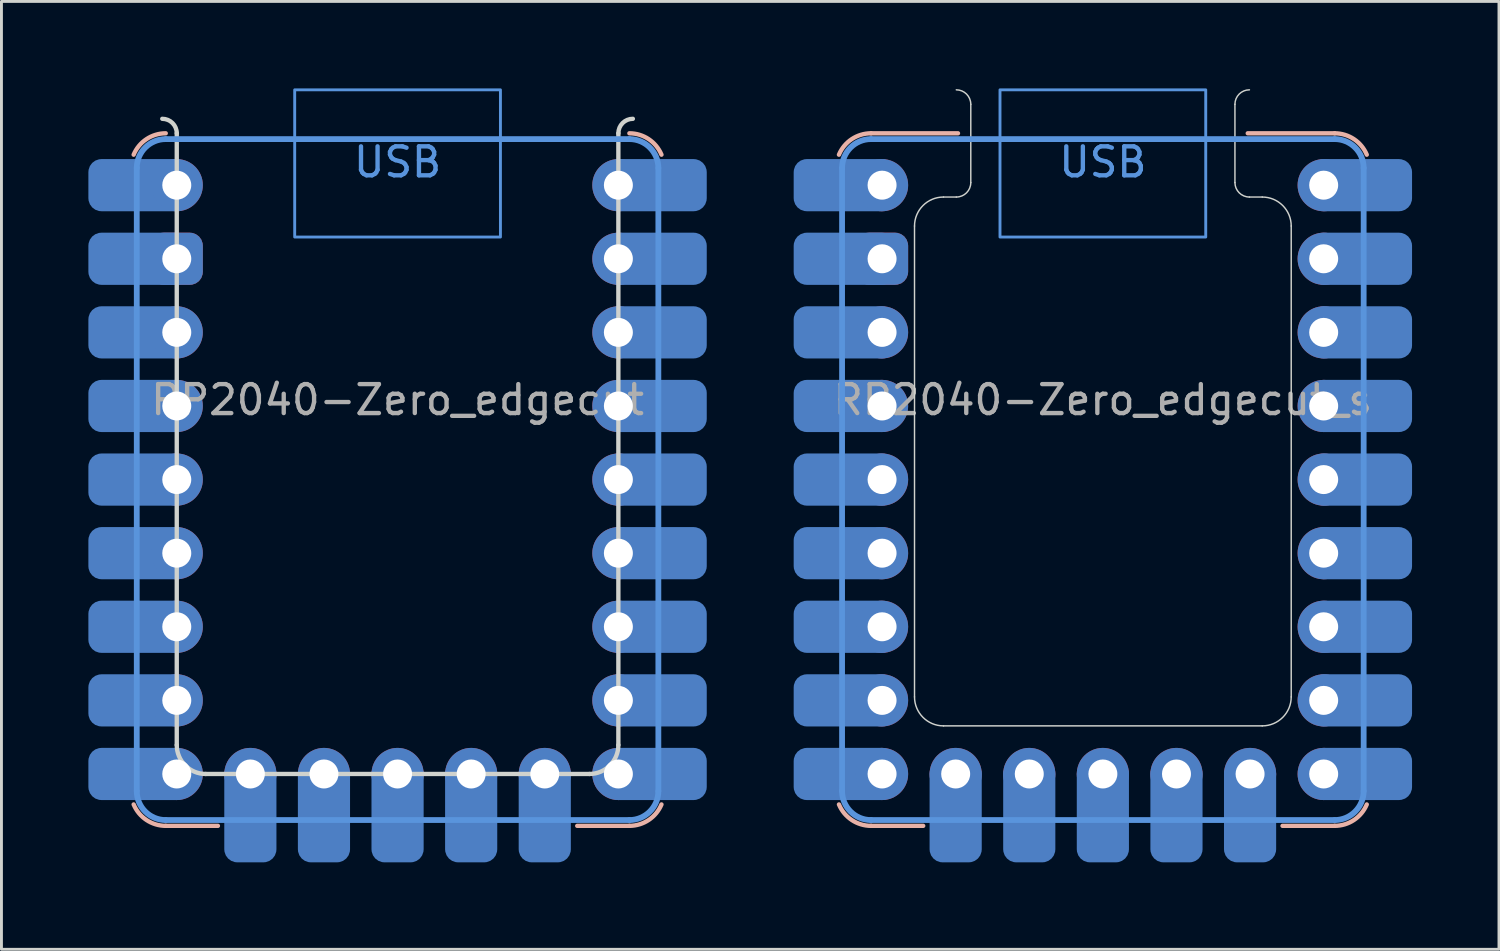
<source format=kicad_pcb>
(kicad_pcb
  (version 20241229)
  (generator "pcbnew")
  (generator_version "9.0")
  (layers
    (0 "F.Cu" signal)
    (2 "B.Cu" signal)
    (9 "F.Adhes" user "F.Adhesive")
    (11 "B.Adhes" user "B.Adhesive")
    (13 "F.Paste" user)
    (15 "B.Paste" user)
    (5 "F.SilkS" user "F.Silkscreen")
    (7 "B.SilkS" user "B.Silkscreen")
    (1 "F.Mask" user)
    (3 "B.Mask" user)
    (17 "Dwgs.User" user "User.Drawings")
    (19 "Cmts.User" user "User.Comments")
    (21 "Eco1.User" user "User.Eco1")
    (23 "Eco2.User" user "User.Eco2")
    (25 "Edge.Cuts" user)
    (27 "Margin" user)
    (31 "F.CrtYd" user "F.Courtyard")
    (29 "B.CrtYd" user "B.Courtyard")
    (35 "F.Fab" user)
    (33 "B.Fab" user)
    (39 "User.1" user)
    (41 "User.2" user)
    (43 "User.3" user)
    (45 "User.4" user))
  (footprint "RP2040-Zero_edgecut"
    (layer "F.Cu")
    (at 10.67 13.5)
    (property "Reference" "RP2040-Zero_edgecut" (at 0 -2.75 0) (unlocked yes) (layer "F.Fab") (effects (font (size 1 1) (thickness 0.15))))
    (attr through_hole)
    (fp_line (start -8 11.95) (end -6.2 11.95) (stroke (width 0.15) (type default)) (layer "B.SilkS"))
    (fp_line (start 8 11.95) (end 6.2 11.95) (stroke (width 0.15) (type default)) (layer "B.SilkS"))
    (fp_arc (start -9.107693 -11.211539) (mid -8.665641 -11.748461) (end -8.000001 -11.950001) (stroke (width 0.15) (type default)) (layer "B.SilkS"))
    (fp_arc (start -8.000001 11.950001) (mid -8.665641 11.748461) (end -9.107693 11.211539) (stroke (width 0.15) (type default)) (layer "B.SilkS"))
    (fp_arc (start 8.000001 -11.950001) (mid 8.665641 -11.748461) (end 9.107693 -11.211539) (stroke (width 0.15) (type default)) (layer "B.SilkS"))
    (fp_arc (start 9.107693 11.211539) (mid 8.665641 11.748461) (end 8.000001 11.950001) (stroke (width 0.15) (type default)) (layer "B.SilkS"))
    (fp_line (start -9 10.75) (end -9 -10.75) (stroke (width 0.2) (type default)) (layer "Cmts.User"))
    (fp_line (start -8 -11.75) (end 8 -11.75) (stroke (width 0.2) (type default)) (layer "Cmts.User"))
    (fp_line (start 8 11.75) (end -8 11.75) (stroke (width 0.2) (type default)) (layer "Cmts.User"))
    (fp_line (start 9 -10.75) (end 9 10.75) (stroke (width 0.2) (type default)) (layer "Cmts.User"))
    (fp_rect (start -3.55 -13.45) (end 3.55 -8.37) (stroke (width 0.1) (type default)) (fill no) (layer "Cmts.User"))
    (fp_arc (start -9 -10.75) (mid -8.707107 -11.457107) (end -8 -11.75) (stroke (width 0.2) (type default)) (layer "Cmts.User"))
    (fp_arc (start -8 11.75) (mid -8.707107 11.457107) (end -9 10.75) (stroke (width 0.2) (type default)) (layer "Cmts.User"))
    (fp_arc (start 8 -11.75) (mid 8.707107 -11.457107) (end 9 -10.75) (stroke (width 0.2) (type default)) (layer "Cmts.User"))
    (fp_arc (start 9 10.75) (mid 8.707107 11.457107) (end 8 11.75) (stroke (width 0.2) (type default)) (layer "Cmts.User"))
    (fp_line (start -7.62 9.16) (end -7.62 -11.95) (stroke (width 0.15) (type default)) (layer "Edge.Cuts"))
    (fp_line (start 6.62 10.16) (end -6.62 10.16) (stroke (width 0.15) (type default)) (layer "Edge.Cuts"))
    (fp_line (start 7.62 -11.95) (end 7.62 9.16) (stroke (width 0.15) (type default)) (layer "Edge.Cuts"))
    (fp_arc (start -8.119768 -12.450053) (mid -7.766216 -12.303604) (end -7.619768 -11.950053) (stroke (width 0.15) (type default)) (layer "Edge.Cuts"))
    (fp_arc (start -6.62 10.16) (mid -7.327107 9.867107) (end -7.62 9.16) (stroke (width 0.15) (type default)) (layer "Edge.Cuts"))
    (fp_arc (start 7.619768 -11.950053) (mid 7.766218 -12.303602) (end 8.119768 -12.450053) (stroke (width 0.15) (type default)) (layer "Edge.Cuts"))
    (fp_arc (start 7.62 9.16) (mid 7.327107 9.867107) (end 6.62 10.16) (stroke (width 0.15) (type default)) (layer "Edge.Cuts"))
    (fp_text user "USB" (at 0 -10.37 0) (layer "Cmts.User") (effects (font (size 1 1) (thickness 0.15)) (justify bottom)))
    (pad "1" smd roundrect (at -8.92 -10.16) (size 3.5 1.8) (layers "B.Cu" "B.Mask") (roundrect_rratio 0.25))
    (pad "1" thru_hole circle (at -7.62 -10.16) (size 1.8 1.8) (drill 1) (layers "*.Cu" "*.Mask"))
    (pad "2" smd roundrect (at -8.92 -7.62) (size 3.5 1.8) (layers "B.Cu" "B.Mask") (roundrect_rratio 0.25))
    (pad "2" thru_hole roundrect (at -7.62 -7.62) (size 1.8 1.8) (drill 1) (layers "*.Cu" "*.Mask") (roundrect_rratio 0.25))
    (pad "3" smd roundrect (at -8.92 -5.08) (size 3.5 1.8) (layers "B.Cu" "B.Mask") (roundrect_rratio 0.25))
    (pad "3" thru_hole circle (at -7.62 -5.08) (size 1.8 1.8) (drill 1) (layers "*.Cu" "*.Mask"))
    (pad "4" smd roundrect (at -8.92 -2.54) (size 3.5 1.8) (layers "B.Cu" "B.Mask") (roundrect_rratio 0.25))
    (pad "4" thru_hole circle (at -7.62 -2.54) (size 1.8 1.8) (drill 1) (layers "*.Cu" "*.Mask"))
    (pad "5" smd roundrect (at -8.92 0) (size 3.5 1.8) (layers "B.Cu" "B.Mask") (roundrect_rratio 0.25))
    (pad "5" thru_hole circle (at -7.62 0) (size 1.8 1.8) (drill 1) (layers "*.Cu" "*.Mask"))
    (pad "6" smd roundrect (at -8.92 2.54) (size 3.5 1.8) (layers "B.Cu" "B.Mask") (roundrect_rratio 0.25))
    (pad "6" thru_hole circle (at -7.62 2.54) (size 1.8 1.8) (drill 1) (layers "*.Cu" "*.Mask"))
    (pad "7" smd roundrect (at -8.92 5.08) (size 3.5 1.8) (layers "B.Cu" "B.Mask") (roundrect_rratio 0.25))
    (pad "7" thru_hole circle (at -7.62 5.08) (size 1.8 1.8) (drill 1) (layers "*.Cu" "*.Mask"))
    (pad "8" smd roundrect (at -8.92 7.62) (size 3.5 1.8) (layers "B.Cu" "B.Mask") (roundrect_rratio 0.25))
    (pad "8" thru_hole circle (at -7.62 7.62) (size 1.8 1.8) (drill 1) (layers "*.Cu" "*.Mask"))
    (pad "9" smd roundrect (at -8.92 10.16) (size 3.5 1.8) (layers "B.Cu" "B.Mask") (roundrect_rratio 0.25))
    (pad "9" thru_hole circle (at -7.62 10.16) (size 1.8 1.8) (drill 1) (layers "*.Cu" "*.Mask"))
    (pad "10" thru_hole circle (at 7.62 -10.16 180) (size 1.8 1.8) (drill 1) (layers "*.Cu" "*.Mask"))
    (pad "10" smd roundrect (at 8.92 -10.16 180) (size 3.5 1.8) (layers "B.Cu" "B.Mask") (roundrect_rratio 0.25))
    (pad "11" thru_hole circle (at 7.62 -7.62 180) (size 1.8 1.8) (drill 1) (layers "*.Cu" "*.Mask"))
    (pad "11" smd roundrect (at 8.92 -7.62 180) (size 3.5 1.8) (layers "B.Cu" "B.Mask") (roundrect_rratio 0.25))
    (pad "12" thru_hole circle (at 7.62 -5.08 180) (size 1.8 1.8) (drill 1) (layers "*.Cu" "*.Mask"))
    (pad "12" smd roundrect (at 8.92 -5.08 180) (size 3.5 1.8) (layers "B.Cu" "B.Mask") (roundrect_rratio 0.25))
    (pad "13" thru_hole circle (at 7.62 -2.54) (size 1.8 1.8) (drill 1) (layers "*.Cu" "*.Mask"))
    (pad "13" smd roundrect (at 8.92 -2.54) (size 3.5 1.8) (layers "B.Cu" "B.Mask") (roundrect_rratio 0.25))
    (pad "14" thru_hole circle (at 7.62 0) (size 1.8 1.8) (drill 1) (layers "*.Cu" "*.Mask"))
    (pad "14" smd roundrect (at 8.92 0) (size 3.5 1.8) (layers "B.Cu" "B.Mask") (roundrect_rratio 0.25))
    (pad "15" thru_hole circle (at 7.62 2.54) (size 1.8 1.8) (drill 1) (layers "*.Cu" "*.Mask"))
    (pad "15" smd roundrect (at 8.92 2.54) (size 3.5 1.8) (layers "B.Cu" "B.Mask") (roundrect_rratio 0.25))
    (pad "16" thru_hole circle (at 7.62 5.08) (size 1.8 1.8) (drill 1) (layers "*.Cu" "*.Mask"))
    (pad "16" smd roundrect (at 8.92 5.08) (size 3.5 1.8) (layers "B.Cu" "B.Mask") (roundrect_rratio 0.25))
    (pad "17" thru_hole circle (at 7.62 7.62) (size 1.8 1.8) (drill 1) (layers "*.Cu" "*.Mask"))
    (pad "17" smd roundrect (at 8.92 7.62) (size 3.5 1.8) (layers "B.Cu" "B.Mask") (roundrect_rratio 0.25))
    (pad "18" thru_hole circle (at 7.62 10.16) (size 1.8 1.8) (drill 1) (layers "*.Cu" "*.Mask"))
    (pad "18" smd roundrect (at 8.92 10.16) (size 3.5 1.8) (layers "B.Cu" "B.Mask") (roundrect_rratio 0.25))
    (pad "19" thru_hole circle (at -5.08 10.16 270) (size 1.8 1.8) (drill 1) (layers "*.Cu" "*.Mask"))
    (pad "19" smd roundrect (at -5.08 11.46 270) (size 3.5 1.8) (layers "B.Cu" "B.Mask") (roundrect_rratio 0.25))
    (pad "20" thru_hole circle (at -2.54 10.16 270) (size 1.8 1.8) (drill 1) (layers "*.Cu" "*.Mask"))
    (pad "20" smd roundrect (at -2.54 11.46 270) (size 3.5 1.8) (layers "B.Cu" "B.Mask") (roundrect_rratio 0.25))
    (pad "21" thru_hole circle (at 0 10.16 270) (size 1.8 1.8) (drill 1) (layers "*.Cu" "*.Mask"))
    (pad "21" smd roundrect (at 0 11.46 270) (size 3.5 1.8) (layers "B.Cu" "B.Mask") (roundrect_rratio 0.25))
    (pad "22" thru_hole circle (at 2.54 10.16 270) (size 1.8 1.8) (drill 1) (layers "*.Cu" "*.Mask"))
    (pad "22" smd roundrect (at 2.54 11.46 270) (size 3.5 1.8) (layers "B.Cu" "B.Mask") (roundrect_rratio 0.25))
    (pad "23" thru_hole circle (at 5.08 10.16 270) (size 1.8 1.8) (drill 1) (layers "*.Cu" "*.Mask"))
    (pad "23" smd roundrect (at 5.08 11.46 270) (size 3.5 1.8) (layers "B.Cu" "B.Mask") (roundrect_rratio 0.25)))
  (footprint "RP2040-Zero_edgecut_s"
    (layer "F.Cu")
    (at 35.01 13.5)
    (property "Reference" "RP2040-Zero_edgecut_s" (at 0 -2.75 0) (unlocked yes) (layer "F.Fab") (effects (font (size 1 1) (thickness 0.15))))
    (attr through_hole)
    (fp_line (start -8 11.95) (end -6.2 11.95) (stroke (width 0.15) (type default)) (layer "B.SilkS"))
    (fp_line (start -5 -11.95) (end -8 -11.95) (stroke (width 0.15) (type default)) (layer "B.SilkS"))
    (fp_line (start 8 -11.95) (end 5 -11.95) (stroke (width 0.15) (type default)) (layer "B.SilkS"))
    (fp_line (start 8 11.95) (end 6.2 11.95) (stroke (width 0.15) (type default)) (layer "B.SilkS"))
    (fp_arc (start -9.107693 -11.211539) (mid -8.665641 -11.748461) (end -8.000001 -11.950001) (stroke (width 0.15) (type default)) (layer "B.SilkS"))
    (fp_arc (start -8.000001 11.950001) (mid -8.665641 11.748461) (end -9.107693 11.211539) (stroke (width 0.15) (type default)) (layer "B.SilkS"))
    (fp_arc (start 8.000001 -11.950001) (mid 8.665641 -11.748461) (end 9.107693 -11.211539) (stroke (width 0.15) (type default)) (layer "B.SilkS"))
    (fp_arc (start 9.107693 11.211539) (mid 8.665641 11.748461) (end 8.000001 11.950001) (stroke (width 0.15) (type default)) (layer "B.SilkS"))
    (fp_line (start -9 10.75) (end -9 -10.75) (stroke (width 0.2) (type default)) (layer "Cmts.User"))
    (fp_line (start -8 -11.75) (end 8 -11.75) (stroke (width 0.2) (type default)) (layer "Cmts.User"))
    (fp_line (start 8 11.75) (end -8 11.75) (stroke (width 0.2) (type default)) (layer "Cmts.User"))
    (fp_line (start 9 -10.75) (end 9 10.75) (stroke (width 0.2) (type default)) (layer "Cmts.User"))
    (fp_rect (start -3.55 -13.45) (end 3.55 -8.37) (stroke (width 0.1) (type default)) (fill no) (layer "Cmts.User"))
    (fp_arc (start -9 -10.75) (mid -8.707107 -11.457107) (end -8 -11.75) (stroke (width 0.2) (type default)) (layer "Cmts.User"))
    (fp_arc (start -8 11.75) (mid -8.707107 11.457107) (end -9 10.75) (stroke (width 0.2) (type default)) (layer "Cmts.User"))
    (fp_arc (start 8 -11.75) (mid 8.707107 -11.457107) (end 9 -10.75) (stroke (width 0.2) (type default)) (layer "Cmts.User"))
    (fp_arc (start 9 10.75) (mid 8.707107 11.457107) (end 8 11.75) (stroke (width 0.2) (type default)) (layer "Cmts.User"))
    (fp_line (start -6.5 7.5) (end -6.5 -8.75) (stroke (width 0.05) (type default)) (layer "Edge.Cuts"))
    (fp_line (start -5.5 -9.75) (end -5.058 -9.75) (stroke (width 0.05) (type default)) (layer "Edge.Cuts"))
    (fp_line (start -4.558 -10.25) (end -4.558 -12.95) (stroke (width 0.05) (type default)) (layer "Edge.Cuts"))
    (fp_line (start 4.558 -10.25) (end 4.558 -12.95) (stroke (width 0.05) (type default)) (layer "Edge.Cuts"))
    (fp_line (start 5.5 8.5) (end -5.5 8.5) (stroke (width 0.05) (type default)) (layer "Edge.Cuts"))
    (fp_line (start 5.5 -9.75) (end 5.058 -9.75) (stroke (width 0.05) (type default)) (layer "Edge.Cuts"))
    (fp_line (start 6.5 -8.75) (end 6.5 7.5) (stroke (width 0.05) (type default)) (layer "Edge.Cuts"))
    (fp_arc (start -6.5 -8.75) (mid -6.207107 -9.457107) (end -5.5 -9.75) (stroke (width 0.05) (type default)) (layer "Edge.Cuts"))
    (fp_arc (start -5.5 8.5) (mid -6.207107 8.207107) (end -6.5 7.5) (stroke (width 0.05) (type default)) (layer "Edge.Cuts"))
    (fp_arc (start -5.057768 -13.450053) (mid -4.704217 -13.303604) (end -4.557768 -12.950053) (stroke (width 0.05) (type default)) (layer "Edge.Cuts"))
    (fp_arc (start -4.557768 -10.250053) (mid -4.704215 -9.8965) (end -5.057768 -9.750053) (stroke (width 0.05) (type default)) (layer "Edge.Cuts"))
    (fp_arc (start 4.557768 -12.950053) (mid 4.704218 -13.303602) (end 5.057768 -13.450053) (stroke (width 0.05) (type default)) (layer "Edge.Cuts"))
    (fp_arc (start 5.057768 -9.750053) (mid 4.704217 -9.8965) (end 4.557768 -10.250053) (stroke (width 0.05) (type default)) (layer "Edge.Cuts"))
    (fp_arc (start 5.5 -9.75) (mid 6.207107 -9.457107) (end 6.5 -8.75) (stroke (width 0.05) (type default)) (layer "Edge.Cuts"))
    (fp_arc (start 6.5 7.5) (mid 6.207107 8.207107) (end 5.5 8.5) (stroke (width 0.05) (type default)) (layer "Edge.Cuts"))
    (fp_text user "USB" (at 0 -10.37 0) (layer "Cmts.User") (effects (font (size 1 1) (thickness 0.15)) (justify bottom)))
    (pad "1" smd roundrect (at -8.92 -10.16) (size 3.5 1.8) (layers "B.Cu" "B.Mask") (roundrect_rratio 0.25))
    (pad "1" thru_hole circle (at -7.62 -10.16) (size 1.8 1.8) (drill 1) (layers "*.Cu" "*.Mask"))
    (pad "2" smd roundrect (at -8.92 -7.62) (size 3.5 1.8) (layers "B.Cu" "B.Mask") (roundrect_rratio 0.25))
    (pad "2" thru_hole roundrect (at -7.62 -7.62) (size 1.8 1.8) (drill 1) (layers "*.Cu" "*.Mask") (roundrect_rratio 0.25))
    (pad "3" smd roundrect (at -8.92 -5.08) (size 3.5 1.8) (layers "B.Cu" "B.Mask") (roundrect_rratio 0.25))
    (pad "3" thru_hole circle (at -7.62 -5.08) (size 1.8 1.8) (drill 1) (layers "*.Cu" "*.Mask"))
    (pad "4" smd roundrect (at -8.92 -2.54) (size 3.5 1.8) (layers "B.Cu" "B.Mask") (roundrect_rratio 0.25))
    (pad "4" thru_hole circle (at -7.62 -2.54) (size 1.8 1.8) (drill 1) (layers "*.Cu" "*.Mask"))
    (pad "5" smd roundrect (at -8.92 0) (size 3.5 1.8) (layers "B.Cu" "B.Mask") (roundrect_rratio 0.25))
    (pad "5" thru_hole circle (at -7.62 0) (size 1.8 1.8) (drill 1) (layers "*.Cu" "*.Mask"))
    (pad "6" smd roundrect (at -8.92 2.54) (size 3.5 1.8) (layers "B.Cu" "B.Mask") (roundrect_rratio 0.25))
    (pad "6" thru_hole circle (at -7.62 2.54) (size 1.8 1.8) (drill 1) (layers "*.Cu" "*.Mask"))
    (pad "7" smd roundrect (at -8.92 5.08) (size 3.5 1.8) (layers "B.Cu" "B.Mask") (roundrect_rratio 0.25))
    (pad "7" thru_hole circle (at -7.62 5.08) (size 1.8 1.8) (drill 1) (layers "*.Cu" "*.Mask"))
    (pad "8" smd roundrect (at -8.92 7.62) (size 3.5 1.8) (layers "B.Cu" "B.Mask") (roundrect_rratio 0.25))
    (pad "8" thru_hole circle (at -7.62 7.62) (size 1.8 1.8) (drill 1) (layers "*.Cu" "*.Mask"))
    (pad "9" smd roundrect (at -8.92 10.16) (size 3.5 1.8) (layers "B.Cu" "B.Mask") (roundrect_rratio 0.25))
    (pad "9" thru_hole circle (at -7.62 10.16) (size 1.8 1.8) (drill 1) (layers "*.Cu" "*.Mask"))
    (pad "10" thru_hole circle (at 7.62 -10.16 180) (size 1.8 1.8) (drill 1) (layers "*.Cu" "*.Mask"))
    (pad "10" smd roundrect (at 8.92 -10.16 180) (size 3.5 1.8) (layers "B.Cu" "B.Mask") (roundrect_rratio 0.25))
    (pad "11" thru_hole circle (at 7.62 -7.62 180) (size 1.8 1.8) (drill 1) (layers "*.Cu" "*.Mask"))
    (pad "11" smd roundrect (at 8.92 -7.62 180) (size 3.5 1.8) (layers "B.Cu" "B.Mask") (roundrect_rratio 0.25))
    (pad "12" thru_hole circle (at 7.62 -5.08 180) (size 1.8 1.8) (drill 1) (layers "*.Cu" "*.Mask"))
    (pad "12" smd roundrect (at 8.92 -5.08 180) (size 3.5 1.8) (layers "B.Cu" "B.Mask") (roundrect_rratio 0.25))
    (pad "13" thru_hole circle (at 7.62 -2.54) (size 1.8 1.8) (drill 1) (layers "*.Cu" "*.Mask"))
    (pad "13" smd roundrect (at 8.92 -2.54) (size 3.5 1.8) (layers "B.Cu" "B.Mask") (roundrect_rratio 0.25))
    (pad "14" thru_hole circle (at 7.62 0) (size 1.8 1.8) (drill 1) (layers "*.Cu" "*.Mask"))
    (pad "14" smd roundrect (at 8.92 0) (size 3.5 1.8) (layers "B.Cu" "B.Mask") (roundrect_rratio 0.25))
    (pad "15" thru_hole circle (at 7.62 2.54) (size 1.8 1.8) (drill 1) (layers "*.Cu" "*.Mask"))
    (pad "15" smd roundrect (at 8.92 2.54) (size 3.5 1.8) (layers "B.Cu" "B.Mask") (roundrect_rratio 0.25))
    (pad "16" thru_hole circle (at 7.62 5.08) (size 1.8 1.8) (drill 1) (layers "*.Cu" "*.Mask"))
    (pad "16" smd roundrect (at 8.92 5.08) (size 3.5 1.8) (layers "B.Cu" "B.Mask") (roundrect_rratio 0.25))
    (pad "17" thru_hole circle (at 7.62 7.62) (size 1.8 1.8) (drill 1) (layers "*.Cu" "*.Mask"))
    (pad "17" smd roundrect (at 8.92 7.62) (size 3.5 1.8) (layers "B.Cu" "B.Mask") (roundrect_rratio 0.25))
    (pad "18" thru_hole circle (at 7.62 10.16) (size 1.8 1.8) (drill 1) (layers "*.Cu" "*.Mask"))
    (pad "18" smd roundrect (at 8.92 10.16) (size 3.5 1.8) (layers "B.Cu" "B.Mask") (roundrect_rratio 0.25))
    (pad "19" thru_hole circle (at -5.08 10.16 270) (size 1.8 1.8) (drill 1) (layers "*.Cu" "*.Mask"))
    (pad "19" smd roundrect (at -5.08 11.46 270) (size 3.5 1.8) (layers "B.Cu" "B.Mask") (roundrect_rratio 0.25))
    (pad "20" thru_hole circle (at -2.54 10.16 270) (size 1.8 1.8) (drill 1) (layers "*.Cu" "*.Mask"))
    (pad "20" smd roundrect (at -2.54 11.46 270) (size 3.5 1.8) (layers "B.Cu" "B.Mask") (roundrect_rratio 0.25))
    (pad "21" thru_hole circle (at 0 10.16 270) (size 1.8 1.8) (drill 1) (layers "*.Cu" "*.Mask"))
    (pad "21" smd roundrect (at 0 11.46 270) (size 3.5 1.8) (layers "B.Cu" "B.Mask") (roundrect_rratio 0.25))
    (pad "22" thru_hole circle (at 2.54 10.16 270) (size 1.8 1.8) (drill 1) (layers "*.Cu" "*.Mask"))
    (pad "22" smd roundrect (at 2.54 11.46 270) (size 3.5 1.8) (layers "B.Cu" "B.Mask") (roundrect_rratio 0.25))
    (pad "23" thru_hole circle (at 5.08 10.16 270) (size 1.8 1.8) (drill 1) (layers "*.Cu" "*.Mask"))
    (pad "23" smd roundrect (at 5.08 11.46 270) (size 3.5 1.8) (layers "B.Cu" "B.Mask") (roundrect_rratio 0.25)))
  (gr_rect
    (start -3 -3)
    (end 48.68 29.71)
    (stroke (width 0.1) (type default))
    (fill no)
    (layer "Edge.Cuts")))
</source>
